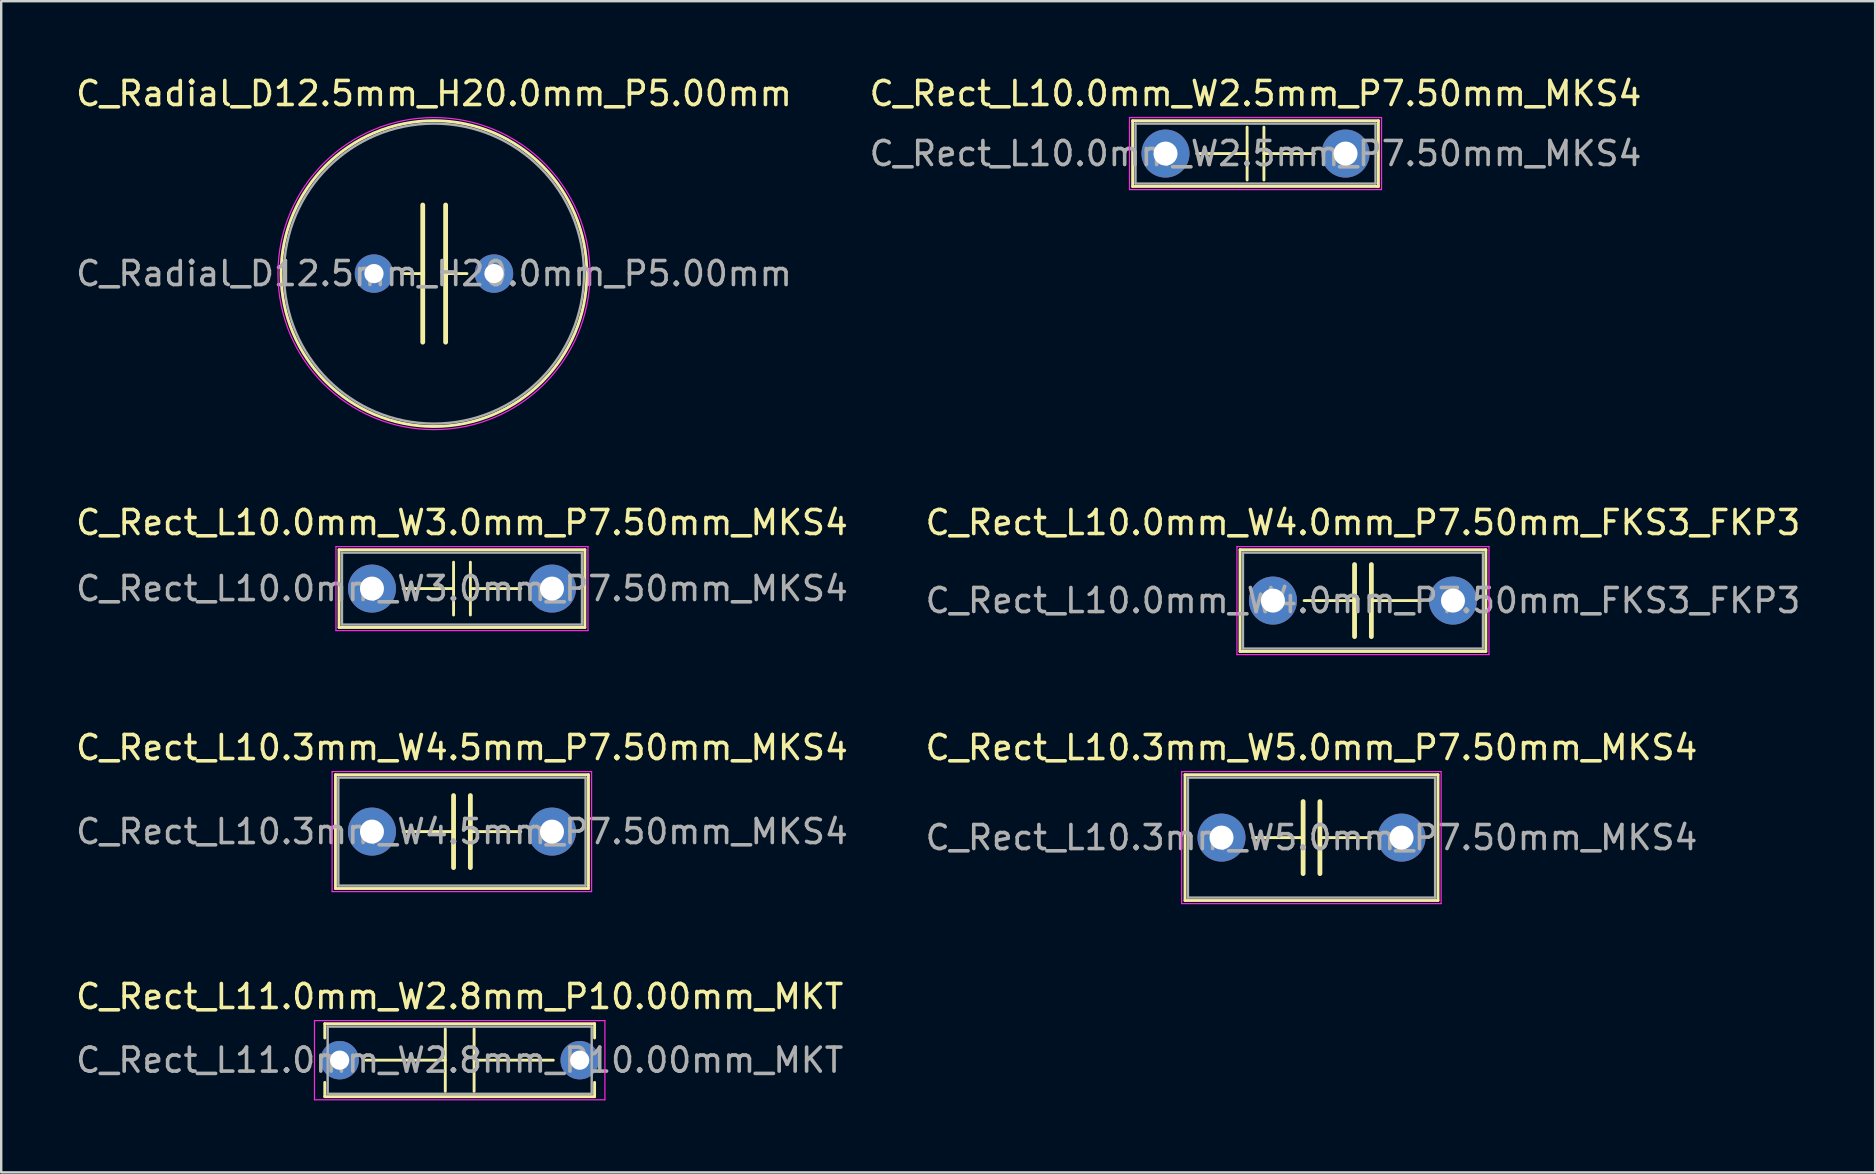
<source format=kicad_pcb>
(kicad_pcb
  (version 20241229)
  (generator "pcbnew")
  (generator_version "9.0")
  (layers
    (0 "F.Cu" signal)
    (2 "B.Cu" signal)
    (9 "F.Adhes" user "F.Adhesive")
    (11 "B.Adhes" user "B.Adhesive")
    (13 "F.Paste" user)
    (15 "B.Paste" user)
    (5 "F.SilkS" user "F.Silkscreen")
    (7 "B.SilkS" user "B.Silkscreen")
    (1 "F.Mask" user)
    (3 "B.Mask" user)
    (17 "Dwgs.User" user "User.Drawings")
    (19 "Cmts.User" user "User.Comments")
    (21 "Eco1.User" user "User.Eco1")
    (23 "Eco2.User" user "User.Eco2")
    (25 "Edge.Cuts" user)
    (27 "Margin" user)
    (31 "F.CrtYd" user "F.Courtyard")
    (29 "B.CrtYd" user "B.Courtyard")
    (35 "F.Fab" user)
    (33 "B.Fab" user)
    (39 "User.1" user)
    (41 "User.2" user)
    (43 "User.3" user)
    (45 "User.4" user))
  (footprint "C_Rect_L10.3mm_W4.5mm_P7.50mm_MKS4"
    (layer "F.Cu")
    (at 12.446 31.595)
    (property "Reference" "C_Rect_L10.3mm_W4.5mm_P7.50mm_MKS4" (at 3.75 -3.5 0) (layer "F.SilkS") (effects (font (size 1 1) (thickness 0.15))))
    (attr through_hole)
    (fp_line (start -1.52 -2.37) (end -1.52 2.37) (stroke (width 0.12) (type solid)) (layer "F.SilkS"))
    (fp_line (start -1.52 -2.37) (end 9.02 -2.37) (stroke (width 0.12) (type solid)) (layer "F.SilkS"))
    (fp_line (start -1.52 2.37) (end 9.02 2.37) (stroke (width 0.12) (type solid)) (layer "F.SilkS"))
    (fp_line (start 1.3 0) (end 3.4 0) (stroke (width 0.12) (type solid)) (layer "F.SilkS"))
    (fp_line (start 3.4 -1.5) (end 3.4 1.5) (stroke (width 0.2) (type solid)) (layer "F.SilkS"))
    (fp_line (start 4.1 -1.5) (end 4.1 1.5) (stroke (width 0.2) (type solid)) (layer "F.SilkS"))
    (fp_line (start 4.1 0) (end 6.2 0) (stroke (width 0.12) (type solid)) (layer "F.SilkS"))
    (fp_line (start 9.02 -2.37) (end 9.02 2.37) (stroke (width 0.12) (type solid)) (layer "F.SilkS"))
    (fp_line (start -1.66 -2.5) (end -1.66 2.5) (stroke (width 0.05) (type solid)) (layer "F.CrtYd"))
    (fp_line (start -1.66 2.5) (end 9.15 2.5) (stroke (width 0.05) (type solid)) (layer "F.CrtYd"))
    (fp_line (start 9.15 -2.5) (end -1.66 -2.5) (stroke (width 0.05) (type solid)) (layer "F.CrtYd"))
    (fp_line (start 9.15 2.5) (end 9.15 -2.5) (stroke (width 0.05) (type solid)) (layer "F.CrtYd"))
    (fp_line (start -1.4 -2.25) (end -1.4 2.25) (stroke (width 0.1) (type solid)) (layer "F.Fab"))
    (fp_line (start -1.4 2.25) (end 8.9 2.25) (stroke (width 0.1) (type solid)) (layer "F.Fab"))
    (fp_line (start 8.9 -2.25) (end -1.4 -2.25) (stroke (width 0.1) (type solid)) (layer "F.Fab"))
    (fp_line (start 8.9 2.25) (end 8.9 -2.25) (stroke (width 0.1) (type solid)) (layer "F.Fab"))
    (fp_text user "${REFERENCE}" (at 3.75 0 0) (layer "F.Fab") (effects (font (size 1 1) (thickness 0.15))))
    (pad "1" thru_hole circle (at 0 0) (size 2 2) (drill 1) (layers "*.Cu" "*.Mask"))
    (pad "2" thru_hole circle (at 7.5 0) (size 2 2) (drill 1) (layers "*.Cu" "*.Mask")))
  (footprint "C_Rect_L10.0mm_W2.5mm_P7.50mm_MKS4"
    (layer "F.Cu")
    (at 45.506 3.348)
    (property "Reference" "C_Rect_L10.0mm_W2.5mm_P7.50mm_MKS4" (at 3.75 -2.5 0) (layer "F.SilkS") (effects (font (size 1 1) (thickness 0.15))))
    (attr through_hole)
    (fp_line (start -1.37 -1.37) (end -1.37 1.37) (stroke (width 0.12) (type solid)) (layer "F.SilkS"))
    (fp_line (start -1.37 -1.37) (end 8.87 -1.37) (stroke (width 0.12) (type solid)) (layer "F.SilkS"))
    (fp_line (start -1.37 1.37) (end 8.87 1.37) (stroke (width 0.12) (type solid)) (layer "F.SilkS"))
    (fp_line (start 1.3 0) (end 3.4 0) (stroke (width 0.12) (type solid)) (layer "F.SilkS"))
    (fp_line (start 3.4 -1.1) (end 3.4 1.1) (stroke (width 0.12) (type solid)) (layer "F.SilkS"))
    (fp_line (start 4.1 -1.1) (end 4.1 1.1) (stroke (width 0.12) (type solid)) (layer "F.SilkS"))
    (fp_line (start 4.1 0) (end 6.2 0) (stroke (width 0.12) (type solid)) (layer "F.SilkS"))
    (fp_line (start 8.87 -1.37) (end 8.87 1.37) (stroke (width 0.12) (type solid)) (layer "F.SilkS"))
    (fp_line (start -1.5 -1.5) (end -1.5 1.5) (stroke (width 0.05) (type solid)) (layer "F.CrtYd"))
    (fp_line (start -1.5 1.5) (end 9 1.5) (stroke (width 0.05) (type solid)) (layer "F.CrtYd"))
    (fp_line (start 9 -1.5) (end -1.5 -1.5) (stroke (width 0.05) (type solid)) (layer "F.CrtYd"))
    (fp_line (start 9 1.5) (end 9 -1.5) (stroke (width 0.05) (type solid)) (layer "F.CrtYd"))
    (fp_line (start -1.25 -1.25) (end -1.25 1.25) (stroke (width 0.1) (type solid)) (layer "F.Fab"))
    (fp_line (start -1.25 1.25) (end 8.75 1.25) (stroke (width 0.1) (type solid)) (layer "F.Fab"))
    (fp_line (start 8.75 -1.25) (end -1.25 -1.25) (stroke (width 0.1) (type solid)) (layer "F.Fab"))
    (fp_line (start 8.75 1.25) (end 8.75 -1.25) (stroke (width 0.1) (type solid)) (layer "F.Fab"))
    (fp_text user "${REFERENCE}" (at 3.75 0 0) (layer "F.Fab") (effects (font (size 1 1) (thickness 0.15))))
    (pad "1" thru_hole circle (at 0 0) (size 2 2) (drill 1) (layers "*.Cu" "*.Mask"))
    (pad "2" thru_hole circle (at 7.5 0) (size 2 2) (drill 1) (layers "*.Cu" "*.Mask")))
  (footprint "C_Radial_D12.5mm_H20.0mm_P5.00mm"
    (layer "F.Cu")
    (at 12.53 8.348)
    (property "Reference" "C_Radial_D12.5mm_H20.0mm_P5.00mm" (at 2.5 -7.5 0) (layer "F.SilkS") (effects (font (size 1 1) (thickness 0.15))))
    (attr through_hole)
    (fp_line (start 1.143 0) (end 2.032 0) (stroke (width 0.12) (type solid)) (layer "F.SilkS"))
    (fp_line (start 2.032 0) (end 2.032 -2.857) (stroke (width 0.2) (type solid)) (layer "F.SilkS"))
    (fp_line (start 2.032 2.857) (end 2.032 0) (stroke (width 0.2) (type solid)) (layer "F.SilkS"))
    (fp_line (start 2.985 0) (end 2.985 -2.857) (stroke (width 0.2) (type solid)) (layer "F.SilkS"))
    (fp_line (start 2.985 0) (end 3.873 0) (stroke (width 0.12) (type solid)) (layer "F.SilkS"))
    (fp_line (start 2.985 2.857) (end 2.985 0) (stroke (width 0.2) (type solid)) (layer "F.SilkS"))
    (fp_circle (center 2.5 0) (end 8.87 0) (stroke (width 0.12) (type solid)) (fill no) (layer "F.SilkS"))
    (fp_circle (center 2.5 0) (end 9 0) (stroke (width 0.05) (type solid)) (fill no) (layer "F.CrtYd"))
    (fp_circle (center 2.5 0) (end 8.75 0) (stroke (width 0.1) (type solid)) (fill no) (layer "F.Fab"))
    (fp_text user "${REFERENCE}" (at 2.5 0 0) (layer "F.Fab") (effects (font (size 1 1) (thickness 0.15))))
    (pad "1" thru_hole circle (at 0 0) (size 1.6 1.6) (drill 0.8) (layers "*.Cu" "*.Mask"))
    (pad "2" thru_hole circle (at 5 0) (size 1.6 1.6) (drill 0.8) (layers "*.Cu" "*.Mask")))
  (footprint "C_Rect_L10.0mm_W4.0mm_P7.50mm_FKS3_FKP3"
    (layer "F.Cu")
    (at 49.982 21.971)
    (property "Reference" "C_Rect_L10.0mm_W4.0mm_P7.50mm_FKS3_FKP3" (at 3.75 -3.25 0) (layer "F.SilkS") (effects (font (size 1 1) (thickness 0.15))))
    (attr through_hole)
    (fp_line (start -1.37 -2.12) (end -1.37 2.12) (stroke (width 0.12) (type solid)) (layer "F.SilkS"))
    (fp_line (start -1.37 -2.12) (end 8.87 -2.12) (stroke (width 0.12) (type solid)) (layer "F.SilkS"))
    (fp_line (start -1.37 2.12) (end 8.87 2.12) (stroke (width 0.12) (type solid)) (layer "F.SilkS"))
    (fp_line (start 1.3 0) (end 3.4 0) (stroke (width 0.12) (type solid)) (layer "F.SilkS"))
    (fp_line (start 3.4 -1.5) (end 3.4 1.5) (stroke (width 0.2) (type solid)) (layer "F.SilkS"))
    (fp_line (start 4.1 -1.5) (end 4.1 1.5) (stroke (width 0.2) (type solid)) (layer "F.SilkS"))
    (fp_line (start 4.1 0) (end 6.2 0) (stroke (width 0.12) (type solid)) (layer "F.SilkS"))
    (fp_line (start 8.87 -2.12) (end 8.87 2.12) (stroke (width 0.12) (type solid)) (layer "F.SilkS"))
    (fp_line (start -1.5 -2.25) (end -1.5 2.25) (stroke (width 0.05) (type solid)) (layer "F.CrtYd"))
    (fp_line (start -1.5 2.25) (end 9 2.25) (stroke (width 0.05) (type solid)) (layer "F.CrtYd"))
    (fp_line (start 9 -2.25) (end -1.5 -2.25) (stroke (width 0.05) (type solid)) (layer "F.CrtYd"))
    (fp_line (start 9 2.25) (end 9 -2.25) (stroke (width 0.05) (type solid)) (layer "F.CrtYd"))
    (fp_line (start -1.25 -2) (end -1.25 2) (stroke (width 0.1) (type solid)) (layer "F.Fab"))
    (fp_line (start -1.25 2) (end 8.75 2) (stroke (width 0.1) (type solid)) (layer "F.Fab"))
    (fp_line (start 8.75 -2) (end -1.25 -2) (stroke (width 0.1) (type solid)) (layer "F.Fab"))
    (fp_line (start 8.75 2) (end 8.75 -2) (stroke (width 0.1) (type solid)) (layer "F.Fab"))
    (fp_text user "${REFERENCE}" (at 3.75 0 0) (layer "F.Fab") (effects (font (size 1 1) (thickness 0.15))))
    (pad "1" thru_hole circle (at 0 0) (size 2 2) (drill 1) (layers "*.Cu" "*.Mask"))
    (pad "2" thru_hole circle (at 7.5 0) (size 2 2) (drill 1) (layers "*.Cu" "*.Mask")))
  (footprint "C_Rect_L11.0mm_W2.8mm_P10.00mm_MKT"
    (layer "F.Cu")
    (at 11.101 41.118)
    (property "Reference" "C_Rect_L11.0mm_W2.8mm_P10.00mm_MKT" (at 5 -2.65 0) (layer "F.SilkS") (effects (font (size 1 1) (thickness 0.15))))
    (attr through_hole)
    (fp_line (start -0.62 -1.52) (end -0.62 -0.925) (stroke (width 0.12) (type solid)) (layer "F.SilkS"))
    (fp_line (start -0.62 -1.52) (end 10.62 -1.52) (stroke (width 0.12) (type solid)) (layer "F.SilkS"))
    (fp_line (start -0.62 0.925) (end -0.62 1.52) (stroke (width 0.12) (type solid)) (layer "F.SilkS"))
    (fp_line (start -0.62 1.52) (end 10.62 1.52) (stroke (width 0.12) (type solid)) (layer "F.SilkS"))
    (fp_line (start 1.1 0) (end 4.4 0) (stroke (width 0.12) (type solid)) (layer "F.SilkS"))
    (fp_line (start 4.4 1.3) (end 4.4 -1.3) (stroke (width 0.12) (type solid)) (layer "F.SilkS"))
    (fp_line (start 5.6 1.3) (end 5.6 -1.3) (stroke (width 0.12) (type solid)) (layer "F.SilkS"))
    (fp_line (start 8.9 0) (end 5.6 0) (stroke (width 0.12) (type solid)) (layer "F.SilkS"))
    (fp_line (start 10.62 -1.52) (end 10.62 -0.925) (stroke (width 0.12) (type solid)) (layer "F.SilkS"))
    (fp_line (start 10.62 0.925) (end 10.62 1.52) (stroke (width 0.12) (type solid)) (layer "F.SilkS"))
    (fp_line (start -1.05 -1.65) (end -1.05 1.65) (stroke (width 0.05) (type solid)) (layer "F.CrtYd"))
    (fp_line (start -1.05 1.65) (end 11.05 1.65) (stroke (width 0.05) (type solid)) (layer "F.CrtYd"))
    (fp_line (start 11.05 -1.65) (end -1.05 -1.65) (stroke (width 0.05) (type solid)) (layer "F.CrtYd"))
    (fp_line (start 11.05 1.65) (end 11.05 -1.65) (stroke (width 0.05) (type solid)) (layer "F.CrtYd"))
    (fp_line (start -0.5 -1.4) (end -0.5 1.4) (stroke (width 0.1) (type solid)) (layer "F.Fab"))
    (fp_line (start -0.5 1.4) (end 10.5 1.4) (stroke (width 0.1) (type solid)) (layer "F.Fab"))
    (fp_line (start 10.5 -1.4) (end -0.5 -1.4) (stroke (width 0.1) (type solid)) (layer "F.Fab"))
    (fp_line (start 10.5 1.4) (end 10.5 -1.4) (stroke (width 0.1) (type solid)) (layer "F.Fab"))
    (fp_text user "${REFERENCE}" (at 5 0 0) (layer "F.Fab") (effects (font (size 1 1) (thickness 0.15))))
    (pad "1" thru_hole circle (at 0 0) (size 1.6 1.6) (drill 0.8) (layers "*.Cu" "*.Mask"))
    (pad "2" thru_hole circle (at 10 0) (size 1.6 1.6) (drill 0.8) (layers "*.Cu" "*.Mask")))
  (footprint "C_Rect_L10.0mm_W3.0mm_P7.50mm_MKS4"
    (layer "F.Cu")
    (at 12.446 21.471)
    (property "Reference" "C_Rect_L10.0mm_W3.0mm_P7.50mm_MKS4" (at 3.75 -2.75 0) (layer "F.SilkS") (effects (font (size 1 1) (thickness 0.15))))
    (attr through_hole)
    (fp_line (start -1.37 -1.62) (end -1.37 1.62) (stroke (width 0.12) (type solid)) (layer "F.SilkS"))
    (fp_line (start -1.37 -1.62) (end 8.87 -1.62) (stroke (width 0.12) (type solid)) (layer "F.SilkS"))
    (fp_line (start -1.37 1.62) (end 8.87 1.62) (stroke (width 0.12) (type solid)) (layer "F.SilkS"))
    (fp_line (start 1.3 0) (end 3.4 0) (stroke (width 0.12) (type solid)) (layer "F.SilkS"))
    (fp_line (start 3.4 -1.1) (end 3.4 1.1) (stroke (width 0.12) (type solid)) (layer "F.SilkS"))
    (fp_line (start 4.1 -1.1) (end 4.1 1.1) (stroke (width 0.12) (type solid)) (layer "F.SilkS"))
    (fp_line (start 4.1 0) (end 6.2 0) (stroke (width 0.12) (type solid)) (layer "F.SilkS"))
    (fp_line (start 8.87 -1.62) (end 8.87 1.62) (stroke (width 0.12) (type solid)) (layer "F.SilkS"))
    (fp_line (start -1.5 -1.75) (end -1.5 1.75) (stroke (width 0.05) (type solid)) (layer "F.CrtYd"))
    (fp_line (start -1.5 1.75) (end 9 1.75) (stroke (width 0.05) (type solid)) (layer "F.CrtYd"))
    (fp_line (start 9 -1.75) (end -1.5 -1.75) (stroke (width 0.05) (type solid)) (layer "F.CrtYd"))
    (fp_line (start 9 1.75) (end 9 -1.75) (stroke (width 0.05) (type solid)) (layer "F.CrtYd"))
    (fp_line (start -1.25 -1.5) (end -1.25 1.5) (stroke (width 0.1) (type solid)) (layer "F.Fab"))
    (fp_line (start -1.25 1.5) (end 8.75 1.5) (stroke (width 0.1) (type solid)) (layer "F.Fab"))
    (fp_line (start 8.75 -1.5) (end -1.25 -1.5) (stroke (width 0.1) (type solid)) (layer "F.Fab"))
    (fp_line (start 8.75 1.5) (end 8.75 -1.5) (stroke (width 0.1) (type solid)) (layer "F.Fab"))
    (fp_text user "${REFERENCE}" (at 3.75 0 0) (layer "F.Fab") (effects (font (size 1 1) (thickness 0.15))))
    (pad "1" thru_hole circle (at 0 0) (size 2 2) (drill 1) (layers "*.Cu" "*.Mask"))
    (pad "2" thru_hole circle (at 7.5 0) (size 2 2) (drill 1) (layers "*.Cu" "*.Mask")))
  (footprint "C_Rect_L10.3mm_W5.0mm_P7.50mm_MKS4"
    (layer "F.Cu")
    (at 47.839 31.845)
    (property "Reference" "C_Rect_L10.3mm_W5.0mm_P7.50mm_MKS4" (at 3.75 -3.75 0) (layer "F.SilkS") (effects (font (size 1 1) (thickness 0.15))))
    (attr through_hole)
    (fp_line (start -1.52 -2.62) (end -1.52 2.62) (stroke (width 0.12) (type solid)) (layer "F.SilkS"))
    (fp_line (start -1.52 -2.62) (end 9.02 -2.62) (stroke (width 0.12) (type solid)) (layer "F.SilkS"))
    (fp_line (start -1.52 2.62) (end 9.02 2.62) (stroke (width 0.12) (type solid)) (layer "F.SilkS"))
    (fp_line (start 1.3 0) (end 3.4 0) (stroke (width 0.12) (type solid)) (layer "F.SilkS"))
    (fp_line (start 3.4 -1.5) (end 3.4 1.5) (stroke (width 0.2) (type solid)) (layer "F.SilkS"))
    (fp_line (start 4.1 -1.5) (end 4.1 1.5) (stroke (width 0.2) (type solid)) (layer "F.SilkS"))
    (fp_line (start 4.1 0) (end 6.2 0) (stroke (width 0.12) (type solid)) (layer "F.SilkS"))
    (fp_line (start 9.02 -2.62) (end 9.02 2.62) (stroke (width 0.12) (type solid)) (layer "F.SilkS"))
    (fp_line (start -1.66 -2.75) (end -1.66 2.75) (stroke (width 0.05) (type solid)) (layer "F.CrtYd"))
    (fp_line (start -1.66 2.75) (end 9.15 2.75) (stroke (width 0.05) (type solid)) (layer "F.CrtYd"))
    (fp_line (start 9.15 -2.75) (end -1.66 -2.75) (stroke (width 0.05) (type solid)) (layer "F.CrtYd"))
    (fp_line (start 9.15 2.75) (end 9.15 -2.75) (stroke (width 0.05) (type solid)) (layer "F.CrtYd"))
    (fp_line (start -1.4 -2.5) (end -1.4 2.5) (stroke (width 0.1) (type solid)) (layer "F.Fab"))
    (fp_line (start -1.4 2.5) (end 8.9 2.5) (stroke (width 0.1) (type solid)) (layer "F.Fab"))
    (fp_line (start 8.9 -2.5) (end -1.4 -2.5) (stroke (width 0.1) (type solid)) (layer "F.Fab"))
    (fp_line (start 8.9 2.5) (end 8.9 -2.5) (stroke (width 0.1) (type solid)) (layer "F.Fab"))
    (fp_text user "${REFERENCE}" (at 3.75 0 0) (layer "F.Fab") (effects (font (size 1 1) (thickness 0.15))))
    (pad "1" thru_hole circle (at 0 0) (size 2 2) (drill 1) (layers "*.Cu" "*.Mask"))
    (pad "2" thru_hole circle (at 7.5 0) (size 2 2) (drill 1) (layers "*.Cu" "*.Mask")))
  (gr_rect
    (start -3 -3)
    (end 75.071 45.793)
    (stroke (width 0.1) (type default))
    (fill no)
    (layer "Edge.Cuts")))
</source>
